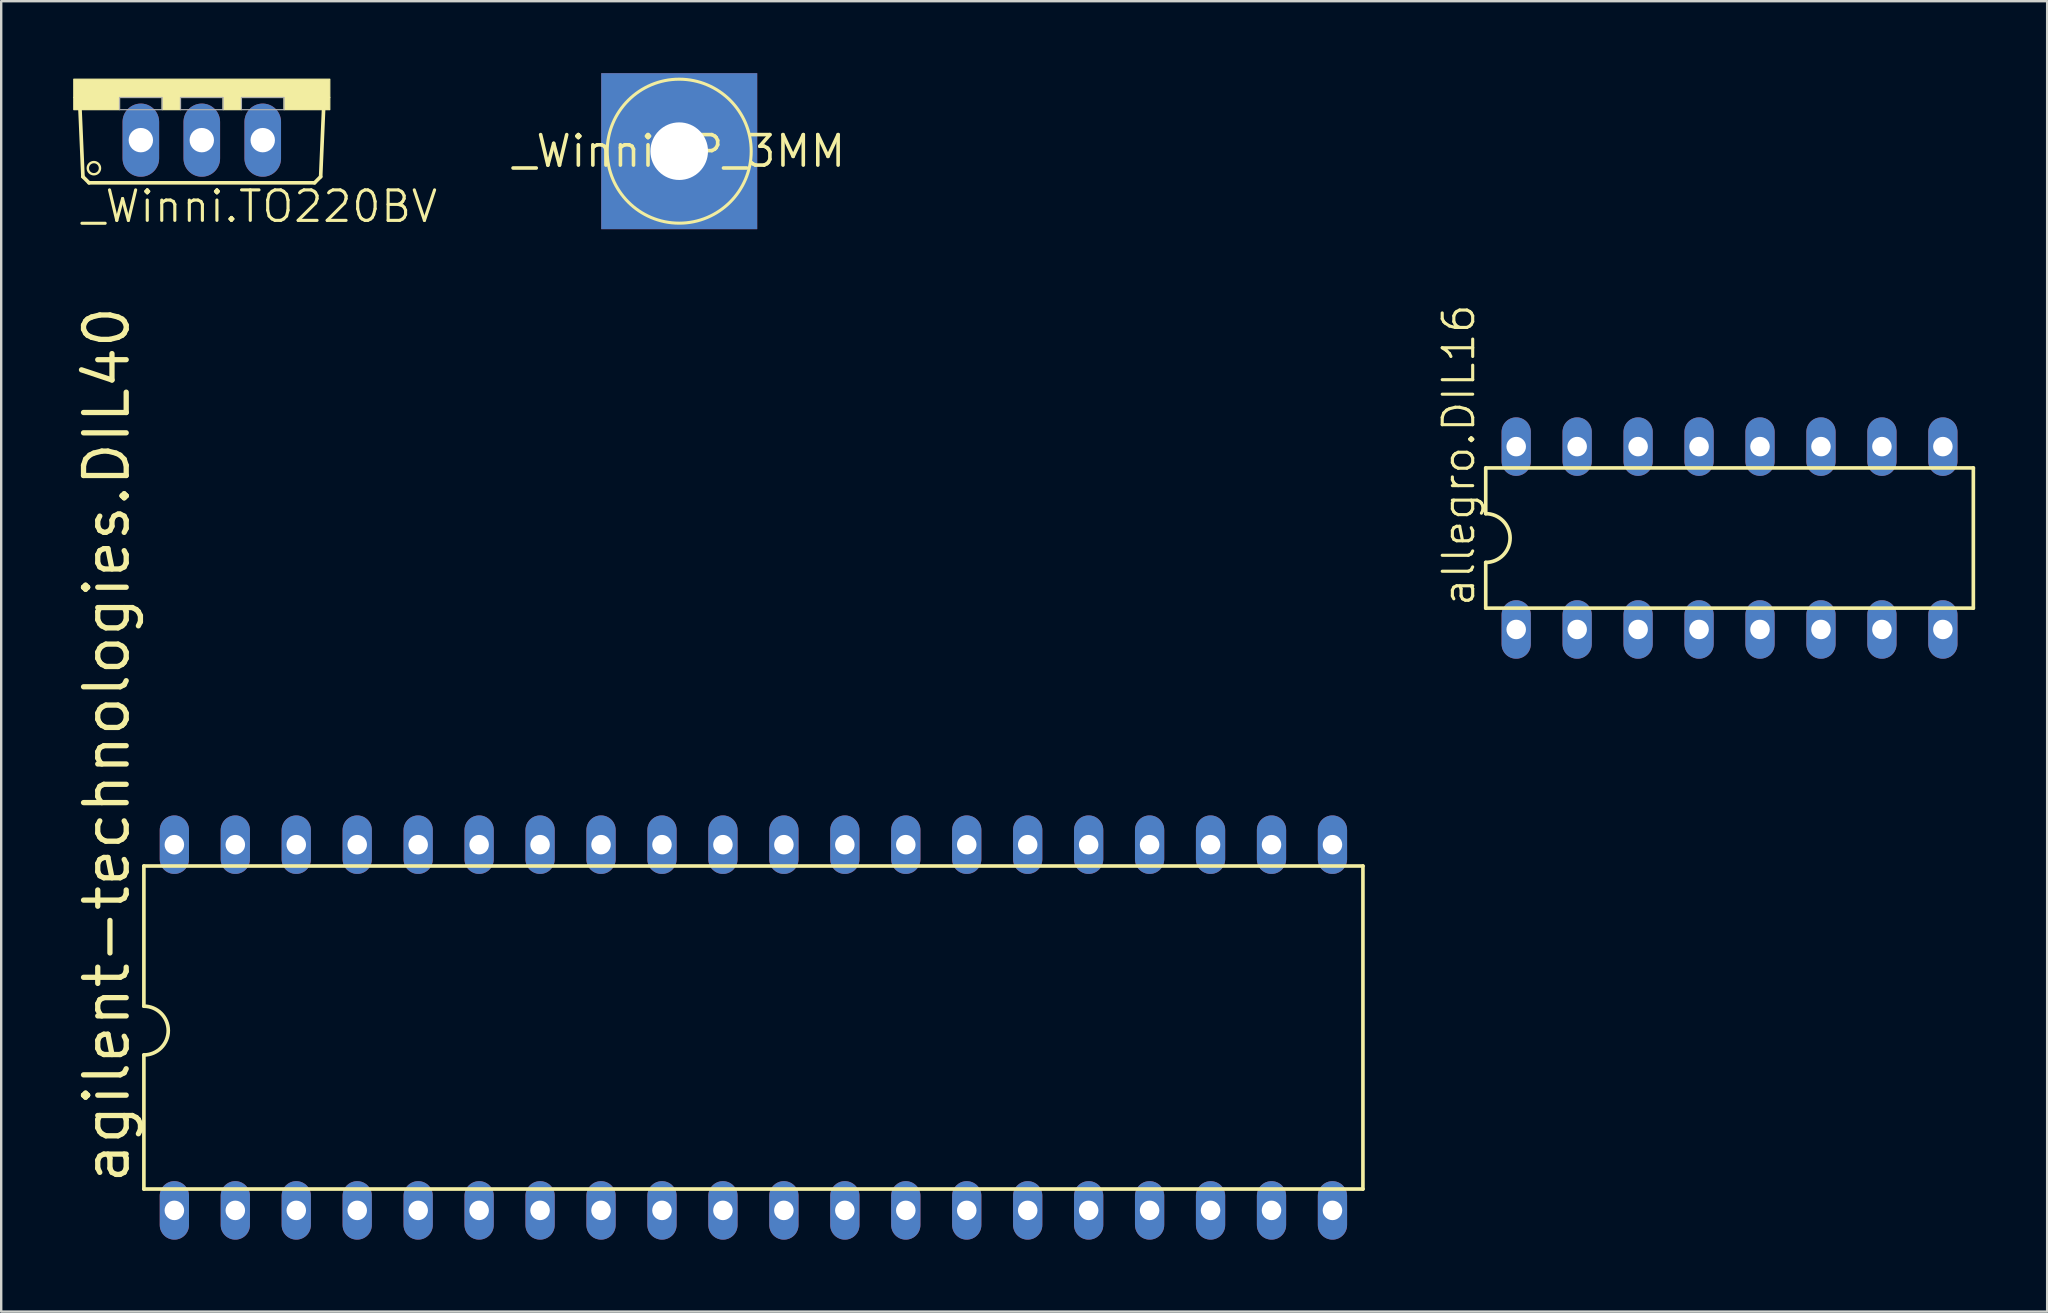
<source format=kicad_pcb>
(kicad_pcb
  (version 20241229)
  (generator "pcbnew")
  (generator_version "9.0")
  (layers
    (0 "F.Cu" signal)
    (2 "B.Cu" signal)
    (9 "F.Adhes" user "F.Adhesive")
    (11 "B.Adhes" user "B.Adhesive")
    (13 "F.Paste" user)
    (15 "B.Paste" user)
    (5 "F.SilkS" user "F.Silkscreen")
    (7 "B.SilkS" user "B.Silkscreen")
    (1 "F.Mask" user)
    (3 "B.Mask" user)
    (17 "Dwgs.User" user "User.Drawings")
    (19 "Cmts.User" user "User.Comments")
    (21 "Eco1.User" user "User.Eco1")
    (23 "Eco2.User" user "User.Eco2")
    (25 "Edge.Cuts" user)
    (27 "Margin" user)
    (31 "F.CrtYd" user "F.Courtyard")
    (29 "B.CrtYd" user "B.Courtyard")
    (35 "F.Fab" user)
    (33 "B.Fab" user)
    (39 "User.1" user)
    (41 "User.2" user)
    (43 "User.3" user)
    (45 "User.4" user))
  (footprint "_Winni.TP_3MM"
    (layer "F.Cu")
    (at 25.254 3.25)
    (property "Reference" "_Winni.TP_3MM" (at 0 0 0) (layer "F.SilkS") (effects (font (size 1.27 1.27) (thickness 0.15))))
    (attr through_hole)
    (fp_circle (center 0 0) (end 3 0) (stroke (width 0.127) (type default)) (fill no) (layer "F.SilkS"))
    (pad "P$1" thru_hole rect (at 0 0) (size 6.5 6.5) (drill 2.4) (layers "*.Cu" "*.Mask")))
  (footprint "allegro.DIL16"
    (layer "F.Cu")
    (at 69.023 19.371)
    (property "Reference" "allegro.DIL16" (at -10.541 2.921 90) (layer "F.SilkS") (effects (font (size 1.27 1.27) (thickness 0.13)) (justify left bottom)))
    (attr through_hole)
    (fp_line (start -10.16 -2.921) (end -10.16 -1.016) (stroke (width 0.152) (type default)) (layer "F.SilkS"))
    (fp_line (start -10.16 2.921) (end -10.16 1.016) (stroke (width 0.152) (type default)) (layer "F.SilkS"))
    (fp_line (start -10.16 2.921) (end 10.16 2.921) (stroke (width 0.152) (type default)) (layer "F.SilkS"))
    (fp_line (start 10.16 -2.921) (end -10.16 -2.921) (stroke (width 0.152) (type default)) (layer "F.SilkS"))
    (fp_line (start 10.16 -2.921) (end 10.16 2.921) (stroke (width 0.152) (type default)) (layer "F.SilkS"))
    (fp_arc (start -10.16 -1.016) (mid -9.144 0) (end -10.16 1.016) (stroke (width 0.1524) (type default)) (layer "F.SilkS"))
    (pad "1" thru_hole oval (at -8.89 3.81 90) (size 2.438 1.219) (drill 0.813) (layers "*.Cu" "*.Mask"))
    (pad "2" thru_hole oval (at -6.35 3.81 90) (size 2.438 1.219) (drill 0.813) (layers "*.Cu" "*.Mask"))
    (pad "3" thru_hole oval (at -3.81 3.81 90) (size 2.438 1.219) (drill 0.813) (layers "*.Cu" "*.Mask"))
    (pad "4" thru_hole oval (at -1.27 3.81 90) (size 2.438 1.219) (drill 0.813) (layers "*.Cu" "*.Mask"))
    (pad "5" thru_hole oval (at 1.27 3.81 90) (size 2.438 1.219) (drill 0.813) (layers "*.Cu" "*.Mask"))
    (pad "6" thru_hole oval (at 3.81 3.81 90) (size 2.438 1.219) (drill 0.813) (layers "*.Cu" "*.Mask"))
    (pad "7" thru_hole oval (at 6.35 3.81 90) (size 2.438 1.219) (drill 0.813) (layers "*.Cu" "*.Mask"))
    (pad "8" thru_hole oval (at 8.89 3.81 90) (size 2.438 1.219) (drill 0.813) (layers "*.Cu" "*.Mask"))
    (pad "9" thru_hole oval (at 8.89 -3.81 90) (size 2.438 1.219) (drill 0.813) (layers "*.Cu" "*.Mask"))
    (pad "10" thru_hole oval (at 6.35 -3.81 90) (size 2.438 1.219) (drill 0.813) (layers "*.Cu" "*.Mask"))
    (pad "11" thru_hole oval (at 3.81 -3.81 90) (size 2.438 1.219) (drill 0.813) (layers "*.Cu" "*.Mask"))
    (pad "12" thru_hole oval (at 1.27 -3.81 90) (size 2.438 1.219) (drill 0.813) (layers "*.Cu" "*.Mask"))
    (pad "13" thru_hole oval (at -1.27 -3.81 90) (size 2.438 1.219) (drill 0.813) (layers "*.Cu" "*.Mask"))
    (pad "14" thru_hole oval (at -3.81 -3.81 90) (size 2.438 1.219) (drill 0.813) (layers "*.Cu" "*.Mask"))
    (pad "15" thru_hole oval (at -6.35 -3.81 90) (size 2.438 1.219) (drill 0.813) (layers "*.Cu" "*.Mask"))
    (pad "16" thru_hole oval (at -8.89 -3.81 90) (size 2.438 1.219) (drill 0.813) (layers "*.Cu" "*.Mask")))
  (footprint "agilent-technologies.DIL40"
    (layer "F.Cu")
    (at 28.346 39.769)
    (property "Reference" "agilent-technologies.DIL40" (at -25.908 6.604 90) (layer "F.SilkS") (effects (font (size 1.778 1.778) (thickness 0.22)) (justify left bottom)))
    (attr through_hole)
    (fp_line (start -25.4 -6.731) (end -25.4 -0.889) (stroke (width 0.152) (type default)) (layer "F.SilkS"))
    (fp_line (start -25.4 6.731) (end -25.4 1.143) (stroke (width 0.152) (type default)) (layer "F.SilkS"))
    (fp_line (start -25.4 6.731) (end 25.4 6.731) (stroke (width 0.152) (type default)) (layer "F.SilkS"))
    (fp_line (start 25.4 -6.731) (end -25.4 -6.731) (stroke (width 0.152) (type default)) (layer "F.SilkS"))
    (fp_line (start 25.4 -6.731) (end 25.4 6.731) (stroke (width 0.152) (type default)) (layer "F.SilkS"))
    (fp_arc (start -25.4 -0.889) (mid -24.384 0.127) (end -25.4 1.143) (stroke (width 0.1524) (type default)) (layer "F.SilkS"))
    (pad "1" thru_hole oval (at -24.13 7.62 90) (size 2.438 1.219) (drill 0.813) (layers "*.Cu" "*.Mask"))
    (pad "2" thru_hole oval (at -21.59 7.62 90) (size 2.438 1.219) (drill 0.813) (layers "*.Cu" "*.Mask"))
    (pad "3" thru_hole oval (at -19.05 7.62 90) (size 2.438 1.219) (drill 0.813) (layers "*.Cu" "*.Mask"))
    (pad "4" thru_hole oval (at -16.51 7.62 90) (size 2.438 1.219) (drill 0.813) (layers "*.Cu" "*.Mask"))
    (pad "5" thru_hole oval (at -13.97 7.62 90) (size 2.438 1.219) (drill 0.813) (layers "*.Cu" "*.Mask"))
    (pad "6" thru_hole oval (at -11.43 7.62 90) (size 2.438 1.219) (drill 0.813) (layers "*.Cu" "*.Mask"))
    (pad "7" thru_hole oval (at -8.89 7.62 90) (size 2.438 1.219) (drill 0.813) (layers "*.Cu" "*.Mask"))
    (pad "8" thru_hole oval (at -6.35 7.62 90) (size 2.438 1.219) (drill 0.813) (layers "*.Cu" "*.Mask"))
    (pad "9" thru_hole oval (at -3.81 7.62 90) (size 2.438 1.219) (drill 0.813) (layers "*.Cu" "*.Mask"))
    (pad "10" thru_hole oval (at -1.27 7.62 90) (size 2.438 1.219) (drill 0.813) (layers "*.Cu" "*.Mask"))
    (pad "11" thru_hole oval (at 1.27 7.62 90) (size 2.438 1.219) (drill 0.813) (layers "*.Cu" "*.Mask"))
    (pad "12" thru_hole oval (at 3.81 7.62 90) (size 2.438 1.219) (drill 0.813) (layers "*.Cu" "*.Mask"))
    (pad "13" thru_hole oval (at 6.35 7.62 90) (size 2.438 1.219) (drill 0.813) (layers "*.Cu" "*.Mask"))
    (pad "14" thru_hole oval (at 8.89 7.62 90) (size 2.438 1.219) (drill 0.813) (layers "*.Cu" "*.Mask"))
    (pad "15" thru_hole oval (at 11.43 7.62 90) (size 2.438 1.219) (drill 0.813) (layers "*.Cu" "*.Mask"))
    (pad "16" thru_hole oval (at 13.97 7.62 90) (size 2.438 1.219) (drill 0.813) (layers "*.Cu" "*.Mask"))
    (pad "17" thru_hole oval (at 16.51 7.62 90) (size 2.438 1.219) (drill 0.813) (layers "*.Cu" "*.Mask"))
    (pad "18" thru_hole oval (at 19.05 7.62 90) (size 2.438 1.219) (drill 0.813) (layers "*.Cu" "*.Mask"))
    (pad "19" thru_hole oval (at 21.59 7.62 90) (size 2.438 1.219) (drill 0.813) (layers "*.Cu" "*.Mask"))
    (pad "20" thru_hole oval (at 24.13 7.62 90) (size 2.438 1.219) (drill 0.813) (layers "*.Cu" "*.Mask"))
    (pad "21" thru_hole oval (at 24.13 -7.62 90) (size 2.438 1.219) (drill 0.813) (layers "*.Cu" "*.Mask"))
    (pad "22" thru_hole oval (at 21.59 -7.62 90) (size 2.438 1.219) (drill 0.813) (layers "*.Cu" "*.Mask"))
    (pad "23" thru_hole oval (at 19.05 -7.62 90) (size 2.438 1.219) (drill 0.813) (layers "*.Cu" "*.Mask"))
    (pad "24" thru_hole oval (at 16.51 -7.62 90) (size 2.438 1.219) (drill 0.813) (layers "*.Cu" "*.Mask"))
    (pad "25" thru_hole oval (at 13.97 -7.62 90) (size 2.438 1.219) (drill 0.813) (layers "*.Cu" "*.Mask"))
    (pad "26" thru_hole oval (at 11.43 -7.62 90) (size 2.438 1.219) (drill 0.813) (layers "*.Cu" "*.Mask"))
    (pad "27" thru_hole oval (at 8.89 -7.62 90) (size 2.438 1.219) (drill 0.813) (layers "*.Cu" "*.Mask"))
    (pad "28" thru_hole oval (at 6.35 -7.62 90) (size 2.438 1.219) (drill 0.813) (layers "*.Cu" "*.Mask"))
    (pad "29" thru_hole oval (at 3.81 -7.62 90) (size 2.438 1.219) (drill 0.813) (layers "*.Cu" "*.Mask"))
    (pad "30" thru_hole oval (at 1.27 -7.62 90) (size 2.438 1.219) (drill 0.813) (layers "*.Cu" "*.Mask"))
    (pad "31" thru_hole oval (at -1.27 -7.62 90) (size 2.438 1.219) (drill 0.813) (layers "*.Cu" "*.Mask"))
    (pad "32" thru_hole oval (at -3.81 -7.62 90) (size 2.438 1.219) (drill 0.813) (layers "*.Cu" "*.Mask"))
    (pad "33" thru_hole oval (at -6.35 -7.62 90) (size 2.438 1.219) (drill 0.813) (layers "*.Cu" "*.Mask"))
    (pad "34" thru_hole oval (at -8.89 -7.62 90) (size 2.438 1.219) (drill 0.813) (layers "*.Cu" "*.Mask"))
    (pad "35" thru_hole oval (at -11.43 -7.62 90) (size 2.438 1.219) (drill 0.813) (layers "*.Cu" "*.Mask"))
    (pad "36" thru_hole oval (at -13.97 -7.62 90) (size 2.438 1.219) (drill 0.813) (layers "*.Cu" "*.Mask"))
    (pad "37" thru_hole oval (at -16.51 -7.62 90) (size 2.438 1.219) (drill 0.813) (layers "*.Cu" "*.Mask"))
    (pad "38" thru_hole oval (at -19.05 -7.62 90) (size 2.438 1.219) (drill 0.813) (layers "*.Cu" "*.Mask"))
    (pad "39" thru_hole oval (at -21.59 -7.62 90) (size 2.438 1.219) (drill 0.813) (layers "*.Cu" "*.Mask"))
    (pad "40" thru_hole oval (at -24.13 -7.62 90) (size 2.438 1.219) (drill 0.813) (layers "*.Cu" "*.Mask")))
  (footprint "_Winni.TO220BV"
    (layer "F.Cu")
    (at 5.359 0.25)
    (property "Reference" "_Winni.TO220BV" (at -5.08 6.045 0) (layer "F.SilkS") (effects (font (size 1.27 1.27) (thickness 0.13)) (justify left bottom)))
    (attr through_hole)
    (fp_line (start -4.953 4.064) (end -5.08 1.143) (stroke (width 0.152) (type default)) (layer "F.SilkS"))
    (fp_line (start -4.953 4.064) (end -4.699 4.318) (stroke (width 0.152) (type default)) (layer "F.SilkS"))
    (fp_line (start 4.699 4.318) (end -4.699 4.318) (stroke (width 0.152) (type default)) (layer "F.SilkS"))
    (fp_line (start 4.699 4.318) (end 4.953 4.064) (stroke (width 0.152) (type default)) (layer "F.SilkS"))
    (fp_line (start 5.08 1.143) (end 4.953 4.064) (stroke (width 0.152) (type default)) (layer "F.SilkS"))
    (fp_rect (start -5.334 0.762) (end 5.334 0) (stroke (width 0.05) (type default)) (fill yes) (layer "F.SilkS"))
    (fp_rect (start -5.334 1.27) (end -3.429 0.762) (stroke (width 0.05) (type default)) (fill yes) (layer "F.SilkS"))
    (fp_rect (start -1.651 1.27) (end -0.889 0.762) (stroke (width 0.05) (type default)) (fill yes) (layer "F.SilkS"))
    (fp_rect (start 0.889 1.27) (end 1.651 0.762) (stroke (width 0.05) (type default)) (fill yes) (layer "F.SilkS"))
    (fp_rect (start 3.429 1.27) (end 5.334 0.762) (stroke (width 0.05) (type default)) (fill yes) (layer "F.SilkS"))
    (fp_circle (center -4.496 3.708) (end -4.242 3.708) (stroke (width 0.1) (type default)) (fill no) (layer "F.SilkS"))
    (fp_rect (start -3.429 1.27) (end -1.651 0.762) (stroke (width 0.05) (type default)) (fill no) (layer "F.Fab"))
    (fp_rect (start -0.889 1.27) (end 0.889 0.762) (stroke (width 0.05) (type default)) (fill no) (layer "F.Fab"))
    (fp_rect (start 1.651 1.27) (end 3.429 0.762) (stroke (width 0.05) (type default)) (fill no) (layer "F.Fab"))
    (pad "D" thru_hole oval (at 0 2.54 90) (size 3.048 1.524) (drill 1.016) (layers "*.Cu" "*.Mask"))
    (pad "G" thru_hole oval (at -2.54 2.54 90) (size 3.048 1.524) (drill 1.016) (layers "*.Cu" "*.Mask"))
    (pad "S" thru_hole oval (at 2.54 2.54 90) (size 3.048 1.524) (drill 1.016) (layers "*.Cu" "*.Mask")))
  (gr_rect
    (start -3 -3)
    (end 82.259 51.608)
    (stroke (width 0.1) (type default))
    (fill no)
    (layer "Edge.Cuts")))
</source>
